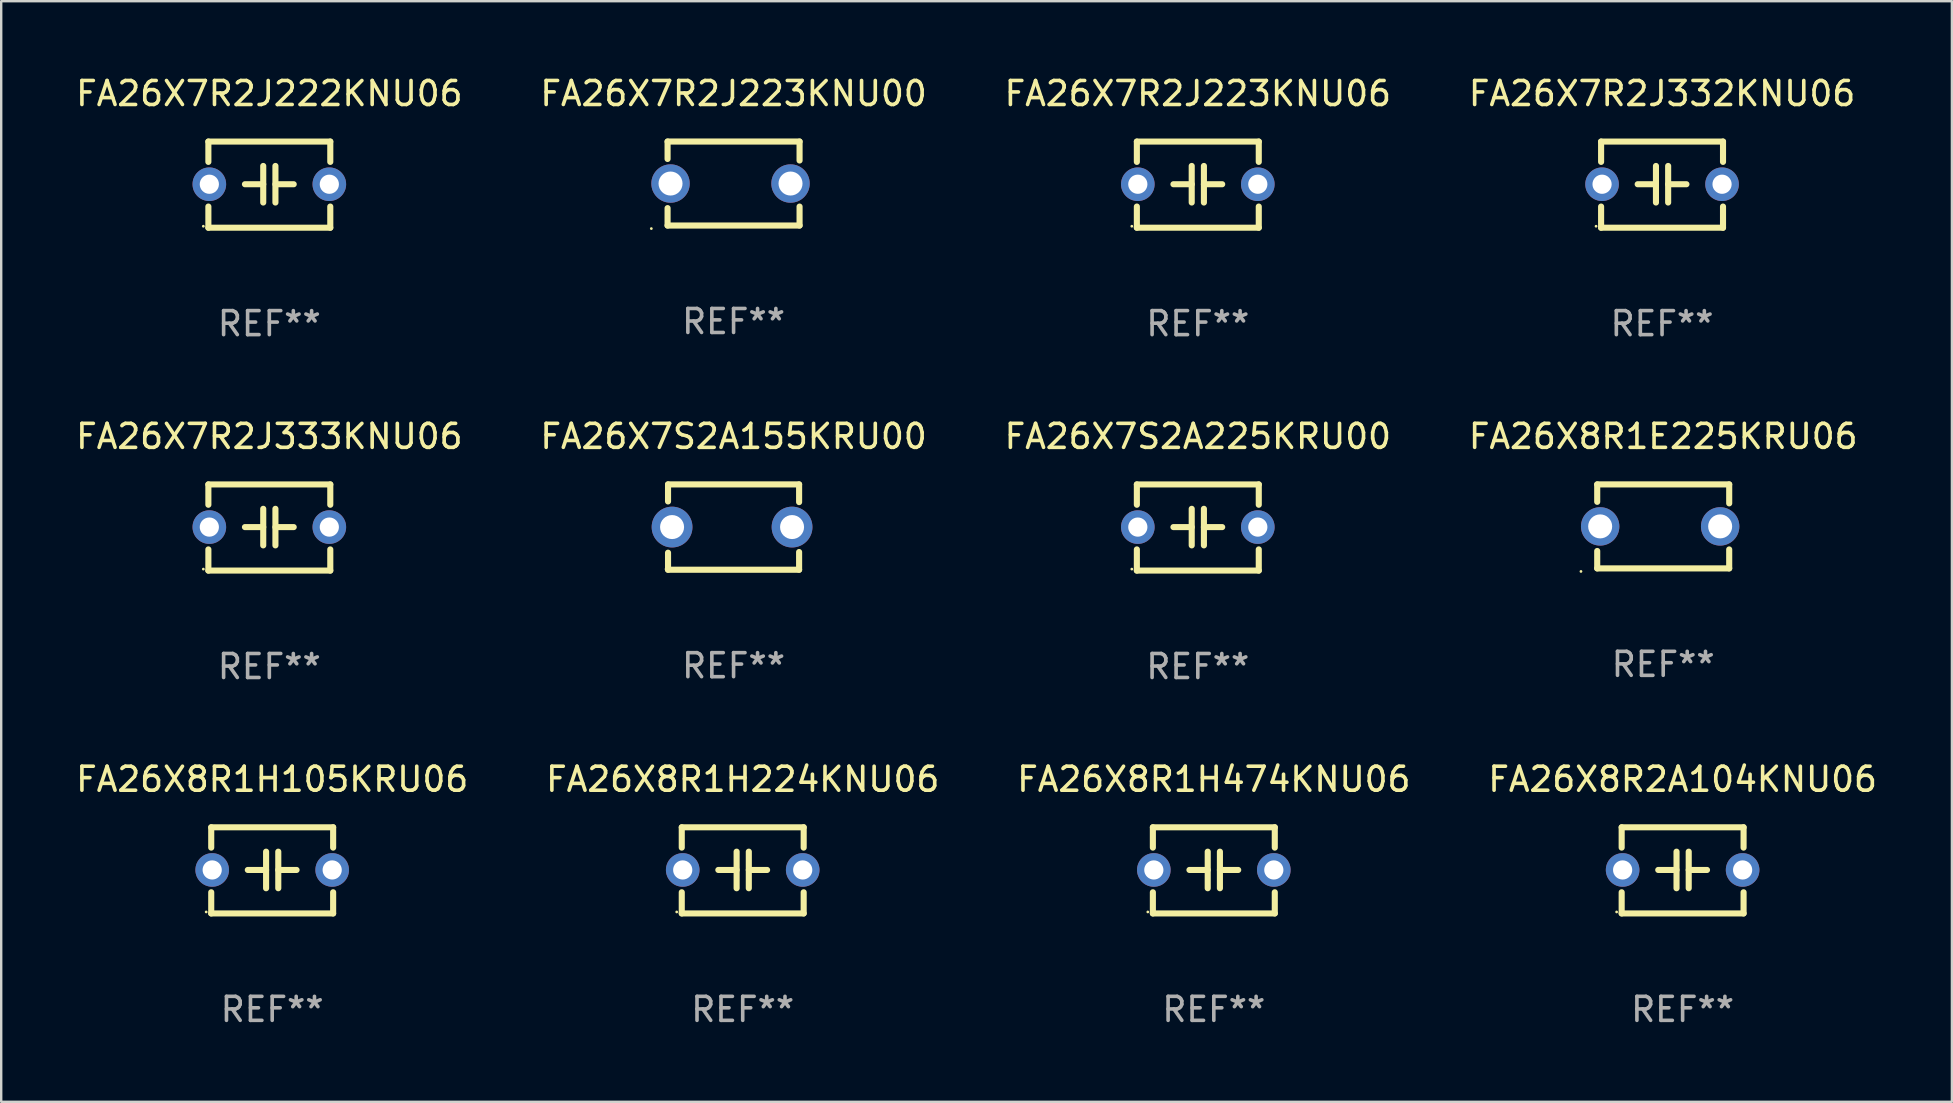
<source format=kicad_pcb>
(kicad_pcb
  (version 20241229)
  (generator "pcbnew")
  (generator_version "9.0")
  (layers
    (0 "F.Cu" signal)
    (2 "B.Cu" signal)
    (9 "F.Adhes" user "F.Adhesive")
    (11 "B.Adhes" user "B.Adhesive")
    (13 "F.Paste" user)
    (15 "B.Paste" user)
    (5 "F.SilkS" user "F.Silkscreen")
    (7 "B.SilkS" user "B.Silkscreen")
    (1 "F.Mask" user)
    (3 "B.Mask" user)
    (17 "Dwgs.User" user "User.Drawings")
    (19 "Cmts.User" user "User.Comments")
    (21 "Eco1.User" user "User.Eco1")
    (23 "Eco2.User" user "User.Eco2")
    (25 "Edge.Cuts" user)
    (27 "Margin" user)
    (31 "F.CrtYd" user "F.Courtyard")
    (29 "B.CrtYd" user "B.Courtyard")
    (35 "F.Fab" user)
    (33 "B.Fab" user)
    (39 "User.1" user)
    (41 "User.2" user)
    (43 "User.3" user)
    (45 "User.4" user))
  (footprint "FA26X7R2J332KNU06"
    (layer "F.Cu")
    (at 66.208 4.644)
    (property "Reference" "FA26X7R2J332KNU06" (at 0 -3.795 0) (layer "F.SilkS") (effects (font (size 1 1) (thickness 0.15))))
    (attr through_hole)
    (fp_line (start -2.54 -1.795) (end 2.54 -1.795) (stroke (width 0.254) (type solid)) (layer "F.SilkS"))
    (fp_line (start -2.54 -0.948) (end -2.54 -1.795) (stroke (width 0.254) (type solid)) (layer "F.SilkS"))
    (fp_line (start -2.54 1.795) (end -2.54 0.913) (stroke (width 0.254) (type solid)) (layer "F.SilkS"))
    (fp_line (start -1.016 -0.017) (end -0.254 -0.017) (stroke (width 0.254) (type solid)) (layer "F.SilkS"))
    (fp_line (start -0.254 0.745) (end -0.254 -0.779) (stroke (width 0.254) (type solid)) (layer "F.SilkS"))
    (fp_line (start 0.254 -0.779) (end 0.254 0.745) (stroke (width 0.254) (type solid)) (layer "F.SilkS"))
    (fp_line (start 1.016 -0.017) (end 0.254 -0.017) (stroke (width 0.254) (type solid)) (layer "F.SilkS"))
    (fp_line (start 2.54 -1.795) (end 2.54 -0.948) (stroke (width 0.254) (type solid)) (layer "F.SilkS"))
    (fp_line (start 2.54 1.795) (end -2.54 1.795) (stroke (width 0.254) (type solid)) (layer "F.SilkS"))
    (fp_line (start 2.54 1.795) (end 2.54 0.913) (stroke (width 0.254) (type solid)) (layer "F.SilkS"))
    (fp_circle (center -2.75 1.733) (end -2.72 1.733) (stroke (width 0.06) (type solid)) (fill no) (layer "F.SilkS"))
    (fp_text user "REF**" (at 0 5.795 0) (layer "F.Fab") (effects (font (size 1 1) (thickness 0.15))))
    (pad "1" thru_hole circle (at -2.5 -0.017) (size 1.4 1.4) (drill 0.8) (layers "*.Cu" "*.Mask"))
    (pad "2" thru_hole circle (at 2.5 -0.017) (size 1.4 1.4) (drill 0.8) (layers "*.Cu" "*.Mask")))
  (footprint "FA26X8R1H105KRU06"
    (layer "F.Cu")
    (at 8.292 33.218)
    (property "Reference" "FA26X8R1H105KRU06" (at 0 -3.795 0) (layer "F.SilkS") (effects (font (size 1 1) (thickness 0.15))))
    (attr through_hole)
    (fp_line (start -2.54 -1.795) (end 2.54 -1.795) (stroke (width 0.254) (type solid)) (layer "F.SilkS"))
    (fp_line (start -2.54 -0.948) (end -2.54 -1.795) (stroke (width 0.254) (type solid)) (layer "F.SilkS"))
    (fp_line (start -2.54 1.795) (end -2.54 0.913) (stroke (width 0.254) (type solid)) (layer "F.SilkS"))
    (fp_line (start -1.016 -0.017) (end -0.254 -0.017) (stroke (width 0.254) (type solid)) (layer "F.SilkS"))
    (fp_line (start -0.254 0.745) (end -0.254 -0.779) (stroke (width 0.254) (type solid)) (layer "F.SilkS"))
    (fp_line (start 0.254 -0.779) (end 0.254 0.745) (stroke (width 0.254) (type solid)) (layer "F.SilkS"))
    (fp_line (start 1.016 -0.017) (end 0.254 -0.017) (stroke (width 0.254) (type solid)) (layer "F.SilkS"))
    (fp_line (start 2.54 -1.795) (end 2.54 -0.948) (stroke (width 0.254) (type solid)) (layer "F.SilkS"))
    (fp_line (start 2.54 1.795) (end -2.54 1.795) (stroke (width 0.254) (type solid)) (layer "F.SilkS"))
    (fp_line (start 2.54 1.795) (end 2.54 0.913) (stroke (width 0.254) (type solid)) (layer "F.SilkS"))
    (fp_circle (center -2.75 1.733) (end -2.72 1.733) (stroke (width 0.06) (type solid)) (fill no) (layer "F.SilkS"))
    (fp_text user "REF**" (at 0 5.795 0) (layer "F.Fab") (effects (font (size 1 1) (thickness 0.15))))
    (pad "1" thru_hole circle (at -2.5 -0.017) (size 1.4 1.4) (drill 0.8) (layers "*.Cu" "*.Mask"))
    (pad "2" thru_hole circle (at 2.5 -0.017) (size 1.4 1.4) (drill 0.8) (layers "*.Cu" "*.Mask")))
  (footprint "FA26X8R1E225KRU06"
    (layer "F.Cu")
    (at 66.256 18.885)
    (property "Reference" "FA26X8R1E225KRU06" (at 0 -3.75 0) (layer "F.SilkS") (effects (font (size 1 1) (thickness 0.15))))
    (attr through_hole)
    (fp_line (start -2.75 -1.75) (end -2.75 -1.024) (stroke (width 0.254) (type solid)) (layer "F.SilkS"))
    (fp_line (start -2.75 -1.75) (end 2.75 -1.75) (stroke (width 0.254) (type solid)) (layer "F.SilkS"))
    (fp_line (start -2.75 1.024) (end -2.75 1.75) (stroke (width 0.254) (type solid)) (layer "F.SilkS"))
    (fp_line (start 2.75 -1.75) (end 2.75 -0.96) (stroke (width 0.254) (type solid)) (layer "F.SilkS"))
    (fp_line (start 2.75 0.96) (end 2.75 1.75) (stroke (width 0.254) (type solid)) (layer "F.SilkS"))
    (fp_line (start 2.75 1.75) (end -2.75 1.75) (stroke (width 0.254) (type solid)) (layer "F.SilkS"))
    (fp_circle (center -3.427 1.877) (end -3.397 1.877) (stroke (width 0.06) (type solid)) (fill no) (layer "F.SilkS"))
    (fp_text user "REF**" (at 0 5.75 0) (layer "F.Fab") (effects (font (size 1 1) (thickness 0.15))))
    (pad "1" thru_hole circle (at -2.627 0) (size 1.6 1.6) (drill 1) (layers "*.Cu" "*.Mask"))
    (pad "2" thru_hole circle (at 2.373 0) (size 1.6 1.6) (drill 1) (layers "*.Cu" "*.Mask")))
  (footprint "FA26X7R2J333KNU06"
    (layer "F.Cu")
    (at 8.173 18.931)
    (property "Reference" "FA26X7R2J333KNU06" (at 0 -3.795 0) (layer "F.SilkS") (effects (font (size 1 1) (thickness 0.15))))
    (attr through_hole)
    (fp_line (start -2.54 -1.795) (end 2.54 -1.795) (stroke (width 0.254) (type solid)) (layer "F.SilkS"))
    (fp_line (start -2.54 -0.948) (end -2.54 -1.795) (stroke (width 0.254) (type solid)) (layer "F.SilkS"))
    (fp_line (start -2.54 1.795) (end -2.54 0.913) (stroke (width 0.254) (type solid)) (layer "F.SilkS"))
    (fp_line (start -1.016 -0.017) (end -0.254 -0.017) (stroke (width 0.254) (type solid)) (layer "F.SilkS"))
    (fp_line (start -0.254 0.745) (end -0.254 -0.779) (stroke (width 0.254) (type solid)) (layer "F.SilkS"))
    (fp_line (start 0.254 -0.779) (end 0.254 0.745) (stroke (width 0.254) (type solid)) (layer "F.SilkS"))
    (fp_line (start 1.016 -0.017) (end 0.254 -0.017) (stroke (width 0.254) (type solid)) (layer "F.SilkS"))
    (fp_line (start 2.54 -1.795) (end 2.54 -0.948) (stroke (width 0.254) (type solid)) (layer "F.SilkS"))
    (fp_line (start 2.54 1.795) (end -2.54 1.795) (stroke (width 0.254) (type solid)) (layer "F.SilkS"))
    (fp_line (start 2.54 1.795) (end 2.54 0.913) (stroke (width 0.254) (type solid)) (layer "F.SilkS"))
    (fp_circle (center -2.75 1.733) (end -2.72 1.733) (stroke (width 0.06) (type solid)) (fill no) (layer "F.SilkS"))
    (fp_text user "REF**" (at 0 5.795 0) (layer "F.Fab") (effects (font (size 1 1) (thickness 0.15))))
    (pad "1" thru_hole circle (at -2.5 -0.017) (size 1.4 1.4) (drill 0.8) (layers "*.Cu" "*.Mask"))
    (pad "2" thru_hole circle (at 2.5 -0.017) (size 1.4 1.4) (drill 0.8) (layers "*.Cu" "*.Mask")))
  (footprint "FA26X7R2J223KNU06"
    (layer "F.Cu")
    (at 46.863 4.644)
    (property "Reference" "FA26X7R2J223KNU06" (at 0 -3.795 0) (layer "F.SilkS") (effects (font (size 1 1) (thickness 0.15))))
    (attr through_hole)
    (fp_line (start -2.54 -1.795) (end 2.54 -1.795) (stroke (width 0.254) (type solid)) (layer "F.SilkS"))
    (fp_line (start -2.54 -0.948) (end -2.54 -1.795) (stroke (width 0.254) (type solid)) (layer "F.SilkS"))
    (fp_line (start -2.54 1.795) (end -2.54 0.913) (stroke (width 0.254) (type solid)) (layer "F.SilkS"))
    (fp_line (start -1.016 -0.017) (end -0.254 -0.017) (stroke (width 0.254) (type solid)) (layer "F.SilkS"))
    (fp_line (start -0.254 0.745) (end -0.254 -0.779) (stroke (width 0.254) (type solid)) (layer "F.SilkS"))
    (fp_line (start 0.254 -0.779) (end 0.254 0.745) (stroke (width 0.254) (type solid)) (layer "F.SilkS"))
    (fp_line (start 1.016 -0.017) (end 0.254 -0.017) (stroke (width 0.254) (type solid)) (layer "F.SilkS"))
    (fp_line (start 2.54 -1.795) (end 2.54 -0.948) (stroke (width 0.254) (type solid)) (layer "F.SilkS"))
    (fp_line (start 2.54 1.795) (end -2.54 1.795) (stroke (width 0.254) (type solid)) (layer "F.SilkS"))
    (fp_line (start 2.54 1.795) (end 2.54 0.913) (stroke (width 0.254) (type solid)) (layer "F.SilkS"))
    (fp_circle (center -2.75 1.733) (end -2.72 1.733) (stroke (width 0.06) (type solid)) (fill no) (layer "F.SilkS"))
    (fp_text user "REF**" (at 0 5.795 0) (layer "F.Fab") (effects (font (size 1 1) (thickness 0.15))))
    (pad "1" thru_hole circle (at -2.5 -0.017) (size 1.4 1.4) (drill 0.8) (layers "*.Cu" "*.Mask"))
    (pad "2" thru_hole circle (at 2.5 -0.017) (size 1.4 1.4) (drill 0.8) (layers "*.Cu" "*.Mask")))
  (footprint "FA26X8R1H474KNU06"
    (layer "F.Cu")
    (at 47.53 33.218)
    (property "Reference" "FA26X8R1H474KNU06" (at 0 -3.795 0) (layer "F.SilkS") (effects (font (size 1 1) (thickness 0.15))))
    (attr through_hole)
    (fp_line (start -2.54 -1.795) (end 2.54 -1.795) (stroke (width 0.254) (type solid)) (layer "F.SilkS"))
    (fp_line (start -2.54 -0.948) (end -2.54 -1.795) (stroke (width 0.254) (type solid)) (layer "F.SilkS"))
    (fp_line (start -2.54 1.795) (end -2.54 0.913) (stroke (width 0.254) (type solid)) (layer "F.SilkS"))
    (fp_line (start -1.016 -0.017) (end -0.254 -0.017) (stroke (width 0.254) (type solid)) (layer "F.SilkS"))
    (fp_line (start -0.254 0.745) (end -0.254 -0.779) (stroke (width 0.254) (type solid)) (layer "F.SilkS"))
    (fp_line (start 0.254 -0.779) (end 0.254 0.745) (stroke (width 0.254) (type solid)) (layer "F.SilkS"))
    (fp_line (start 1.016 -0.017) (end 0.254 -0.017) (stroke (width 0.254) (type solid)) (layer "F.SilkS"))
    (fp_line (start 2.54 -1.795) (end 2.54 -0.948) (stroke (width 0.254) (type solid)) (layer "F.SilkS"))
    (fp_line (start 2.54 1.795) (end -2.54 1.795) (stroke (width 0.254) (type solid)) (layer "F.SilkS"))
    (fp_line (start 2.54 1.795) (end 2.54 0.913) (stroke (width 0.254) (type solid)) (layer "F.SilkS"))
    (fp_circle (center -2.75 1.733) (end -2.72 1.733) (stroke (width 0.06) (type solid)) (fill no) (layer "F.SilkS"))
    (fp_text user "REF**" (at 0 5.795 0) (layer "F.Fab") (effects (font (size 1 1) (thickness 0.15))))
    (pad "1" thru_hole circle (at -2.5 -0.017) (size 1.4 1.4) (drill 0.8) (layers "*.Cu" "*.Mask"))
    (pad "2" thru_hole circle (at 2.5 -0.017) (size 1.4 1.4) (drill 0.8) (layers "*.Cu" "*.Mask")))
  (footprint "FA26X7S2A155KRU00"
    (layer "F.Cu")
    (at 27.518 18.913)
    (property "Reference" "FA26X7S2A155KRU00" (at 0 -3.778 0) (layer "F.SilkS") (effects (font (size 1 1) (thickness 0.15))))
    (attr through_hole)
    (fp_line (start -2.731 -1.778) (end -2.731 -1.068) (stroke (width 0.254) (type solid)) (layer "F.SilkS"))
    (fp_line (start -2.731 1.068) (end -2.731 1.778) (stroke (width 0.254) (type solid)) (layer "F.SilkS"))
    (fp_line (start -2.731 1.778) (end 2.731 1.778) (stroke (width 0.254) (type solid)) (layer "F.SilkS"))
    (fp_line (start 2.731 -1.778) (end -2.731 -1.778) (stroke (width 0.254) (type solid)) (layer "F.SilkS"))
    (fp_line (start 2.731 -1.04) (end 2.731 -1.778) (stroke (width 0.254) (type solid)) (layer "F.SilkS"))
    (fp_line (start 2.731 1.778) (end 2.731 1.04) (stroke (width 0.254) (type solid)) (layer "F.SilkS"))
    (fp_circle (center -2.814 1.75) (end -2.784 1.75) (stroke (width 0.06) (type solid)) (fill no) (layer "F.SilkS"))
    (fp_text user "REF**" (at 0 5.778 0) (layer "F.Fab") (effects (font (size 1 1) (thickness 0.15))))
    (pad "1" thru_hole circle (at -2.563 0) (size 1.7 1.7) (drill 1) (layers "*.Cu" "*.Mask"))
    (pad "2" thru_hole circle (at 2.437 0) (size 1.7 1.7) (drill 1) (layers "*.Cu" "*.Mask")))
  (footprint "FA26X7R2J222KNU06"
    (layer "F.Cu")
    (at 8.173 4.644)
    (property "Reference" "FA26X7R2J222KNU06" (at 0 -3.795 0) (layer "F.SilkS") (effects (font (size 1 1) (thickness 0.15))))
    (attr through_hole)
    (fp_line (start -2.54 -1.795) (end 2.54 -1.795) (stroke (width 0.254) (type solid)) (layer "F.SilkS"))
    (fp_line (start -2.54 -0.948) (end -2.54 -1.795) (stroke (width 0.254) (type solid)) (layer "F.SilkS"))
    (fp_line (start -2.54 1.795) (end -2.54 0.913) (stroke (width 0.254) (type solid)) (layer "F.SilkS"))
    (fp_line (start -1.016 -0.017) (end -0.254 -0.017) (stroke (width 0.254) (type solid)) (layer "F.SilkS"))
    (fp_line (start -0.254 0.745) (end -0.254 -0.779) (stroke (width 0.254) (type solid)) (layer "F.SilkS"))
    (fp_line (start 0.254 -0.779) (end 0.254 0.745) (stroke (width 0.254) (type solid)) (layer "F.SilkS"))
    (fp_line (start 1.016 -0.017) (end 0.254 -0.017) (stroke (width 0.254) (type solid)) (layer "F.SilkS"))
    (fp_line (start 2.54 -1.795) (end 2.54 -0.948) (stroke (width 0.254) (type solid)) (layer "F.SilkS"))
    (fp_line (start 2.54 1.795) (end -2.54 1.795) (stroke (width 0.254) (type solid)) (layer "F.SilkS"))
    (fp_line (start 2.54 1.795) (end 2.54 0.913) (stroke (width 0.254) (type solid)) (layer "F.SilkS"))
    (fp_circle (center -2.75 1.733) (end -2.72 1.733) (stroke (width 0.06) (type solid)) (fill no) (layer "F.SilkS"))
    (fp_text user "REF**" (at 0 5.795 0) (layer "F.Fab") (effects (font (size 1 1) (thickness 0.15))))
    (pad "1" thru_hole circle (at -2.5 -0.017) (size 1.4 1.4) (drill 0.8) (layers "*.Cu" "*.Mask"))
    (pad "2" thru_hole circle (at 2.5 -0.017) (size 1.4 1.4) (drill 0.8) (layers "*.Cu" "*.Mask")))
  (footprint "FA26X8R1H224KNU06"
    (layer "F.Cu")
    (at 27.899 33.218)
    (property "Reference" "FA26X8R1H224KNU06" (at 0 -3.795 0) (layer "F.SilkS") (effects (font (size 1 1) (thickness 0.15))))
    (attr through_hole)
    (fp_line (start -2.54 -1.795) (end 2.54 -1.795) (stroke (width 0.254) (type solid)) (layer "F.SilkS"))
    (fp_line (start -2.54 -0.948) (end -2.54 -1.795) (stroke (width 0.254) (type solid)) (layer "F.SilkS"))
    (fp_line (start -2.54 1.795) (end -2.54 0.913) (stroke (width 0.254) (type solid)) (layer "F.SilkS"))
    (fp_line (start -1.016 -0.017) (end -0.254 -0.017) (stroke (width 0.254) (type solid)) (layer "F.SilkS"))
    (fp_line (start -0.254 0.745) (end -0.254 -0.779) (stroke (width 0.254) (type solid)) (layer "F.SilkS"))
    (fp_line (start 0.254 -0.779) (end 0.254 0.745) (stroke (width 0.254) (type solid)) (layer "F.SilkS"))
    (fp_line (start 1.016 -0.017) (end 0.254 -0.017) (stroke (width 0.254) (type solid)) (layer "F.SilkS"))
    (fp_line (start 2.54 -1.795) (end 2.54 -0.948) (stroke (width 0.254) (type solid)) (layer "F.SilkS"))
    (fp_line (start 2.54 1.795) (end -2.54 1.795) (stroke (width 0.254) (type solid)) (layer "F.SilkS"))
    (fp_line (start 2.54 1.795) (end 2.54 0.913) (stroke (width 0.254) (type solid)) (layer "F.SilkS"))
    (fp_circle (center -2.75 1.733) (end -2.72 1.733) (stroke (width 0.06) (type solid)) (fill no) (layer "F.SilkS"))
    (fp_text user "REF**" (at 0 5.795 0) (layer "F.Fab") (effects (font (size 1 1) (thickness 0.15))))
    (pad "1" thru_hole circle (at -2.5 -0.017) (size 1.4 1.4) (drill 0.8) (layers "*.Cu" "*.Mask"))
    (pad "2" thru_hole circle (at 2.5 -0.017) (size 1.4 1.4) (drill 0.8) (layers "*.Cu" "*.Mask")))
  (footprint "FA26X7R2J223KNU00"
    (layer "F.Cu")
    (at 27.518 4.598)
    (property "Reference" "FA26X7R2J223KNU00" (at 0 -3.75 0) (layer "F.SilkS") (effects (font (size 1 1) (thickness 0.15))))
    (attr through_hole)
    (fp_line (start -2.75 -1.75) (end -2.75 -1.024) (stroke (width 0.254) (type solid)) (layer "F.SilkS"))
    (fp_line (start -2.75 -1.75) (end 2.75 -1.75) (stroke (width 0.254) (type solid)) (layer "F.SilkS"))
    (fp_line (start -2.75 1.024) (end -2.75 1.75) (stroke (width 0.254) (type solid)) (layer "F.SilkS"))
    (fp_line (start 2.75 -1.75) (end 2.75 -0.96) (stroke (width 0.254) (type solid)) (layer "F.SilkS"))
    (fp_line (start 2.75 0.96) (end 2.75 1.75) (stroke (width 0.254) (type solid)) (layer "F.SilkS"))
    (fp_line (start 2.75 1.75) (end -2.75 1.75) (stroke (width 0.254) (type solid)) (layer "F.SilkS"))
    (fp_circle (center -3.427 1.877) (end -3.397 1.877) (stroke (width 0.06) (type solid)) (fill no) (layer "F.SilkS"))
    (fp_text user "REF**" (at 0 5.75 0) (layer "F.Fab") (effects (font (size 1 1) (thickness 0.15))))
    (pad "1" thru_hole circle (at -2.627 0) (size 1.6 1.6) (drill 1) (layers "*.Cu" "*.Mask"))
    (pad "2" thru_hole circle (at 2.373 0) (size 1.6 1.6) (drill 1) (layers "*.Cu" "*.Mask")))
  (footprint "FA26X7S2A225KRU00"
    (layer "F.Cu")
    (at 46.863 18.931)
    (property "Reference" "FA26X7S2A225KRU00" (at 0 -3.795 0) (layer "F.SilkS") (effects (font (size 1 1) (thickness 0.15))))
    (attr through_hole)
    (fp_line (start -2.54 -1.795) (end 2.54 -1.795) (stroke (width 0.254) (type solid)) (layer "F.SilkS"))
    (fp_line (start -2.54 -0.948) (end -2.54 -1.795) (stroke (width 0.254) (type solid)) (layer "F.SilkS"))
    (fp_line (start -2.54 1.795) (end -2.54 0.913) (stroke (width 0.254) (type solid)) (layer "F.SilkS"))
    (fp_line (start -1.016 -0.017) (end -0.254 -0.017) (stroke (width 0.254) (type solid)) (layer "F.SilkS"))
    (fp_line (start -0.254 0.745) (end -0.254 -0.779) (stroke (width 0.254) (type solid)) (layer "F.SilkS"))
    (fp_line (start 0.254 -0.779) (end 0.254 0.745) (stroke (width 0.254) (type solid)) (layer "F.SilkS"))
    (fp_line (start 1.016 -0.017) (end 0.254 -0.017) (stroke (width 0.254) (type solid)) (layer "F.SilkS"))
    (fp_line (start 2.54 -1.795) (end 2.54 -0.948) (stroke (width 0.254) (type solid)) (layer "F.SilkS"))
    (fp_line (start 2.54 1.795) (end -2.54 1.795) (stroke (width 0.254) (type solid)) (layer "F.SilkS"))
    (fp_line (start 2.54 1.795) (end 2.54 0.913) (stroke (width 0.254) (type solid)) (layer "F.SilkS"))
    (fp_circle (center -2.75 1.733) (end -2.72 1.733) (stroke (width 0.06) (type solid)) (fill no) (layer "F.SilkS"))
    (fp_text user "REF**" (at 0 5.795 0) (layer "F.Fab") (effects (font (size 1 1) (thickness 0.15))))
    (pad "1" thru_hole circle (at -2.5 -0.017) (size 1.4 1.4) (drill 0.8) (layers "*.Cu" "*.Mask"))
    (pad "2" thru_hole circle (at 2.5 -0.017) (size 1.4 1.4) (drill 0.8) (layers "*.Cu" "*.Mask")))
  (footprint "FA26X8R2A104KNU06"
    (layer "F.Cu")
    (at 67.065 33.218)
    (property "Reference" "FA26X8R2A104KNU06" (at 0 -3.795 0) (layer "F.SilkS") (effects (font (size 1 1) (thickness 0.15))))
    (attr through_hole)
    (fp_line (start -2.54 -1.795) (end 2.54 -1.795) (stroke (width 0.254) (type solid)) (layer "F.SilkS"))
    (fp_line (start -2.54 -0.948) (end -2.54 -1.795) (stroke (width 0.254) (type solid)) (layer "F.SilkS"))
    (fp_line (start -2.54 1.795) (end -2.54 0.913) (stroke (width 0.254) (type solid)) (layer "F.SilkS"))
    (fp_line (start -1.016 -0.017) (end -0.254 -0.017) (stroke (width 0.254) (type solid)) (layer "F.SilkS"))
    (fp_line (start -0.254 0.745) (end -0.254 -0.779) (stroke (width 0.254) (type solid)) (layer "F.SilkS"))
    (fp_line (start 0.254 -0.779) (end 0.254 0.745) (stroke (width 0.254) (type solid)) (layer "F.SilkS"))
    (fp_line (start 1.016 -0.017) (end 0.254 -0.017) (stroke (width 0.254) (type solid)) (layer "F.SilkS"))
    (fp_line (start 2.54 -1.795) (end 2.54 -0.948) (stroke (width 0.254) (type solid)) (layer "F.SilkS"))
    (fp_line (start 2.54 1.795) (end -2.54 1.795) (stroke (width 0.254) (type solid)) (layer "F.SilkS"))
    (fp_line (start 2.54 1.795) (end 2.54 0.913) (stroke (width 0.254) (type solid)) (layer "F.SilkS"))
    (fp_circle (center -2.75 1.733) (end -2.72 1.733) (stroke (width 0.06) (type solid)) (fill no) (layer "F.SilkS"))
    (fp_text user "REF**" (at 0 5.795 0) (layer "F.Fab") (effects (font (size 1 1) (thickness 0.15))))
    (pad "1" thru_hole circle (at -2.5 -0.017) (size 1.4 1.4) (drill 0.8) (layers "*.Cu" "*.Mask"))
    (pad "2" thru_hole circle (at 2.5 -0.017) (size 1.4 1.4) (drill 0.8) (layers "*.Cu" "*.Mask")))
  (gr_rect
    (start -3 -3)
    (end 78.286 42.861)
    (stroke (width 0.1) (type default))
    (fill no)
    (layer "Edge.Cuts")))
</source>
